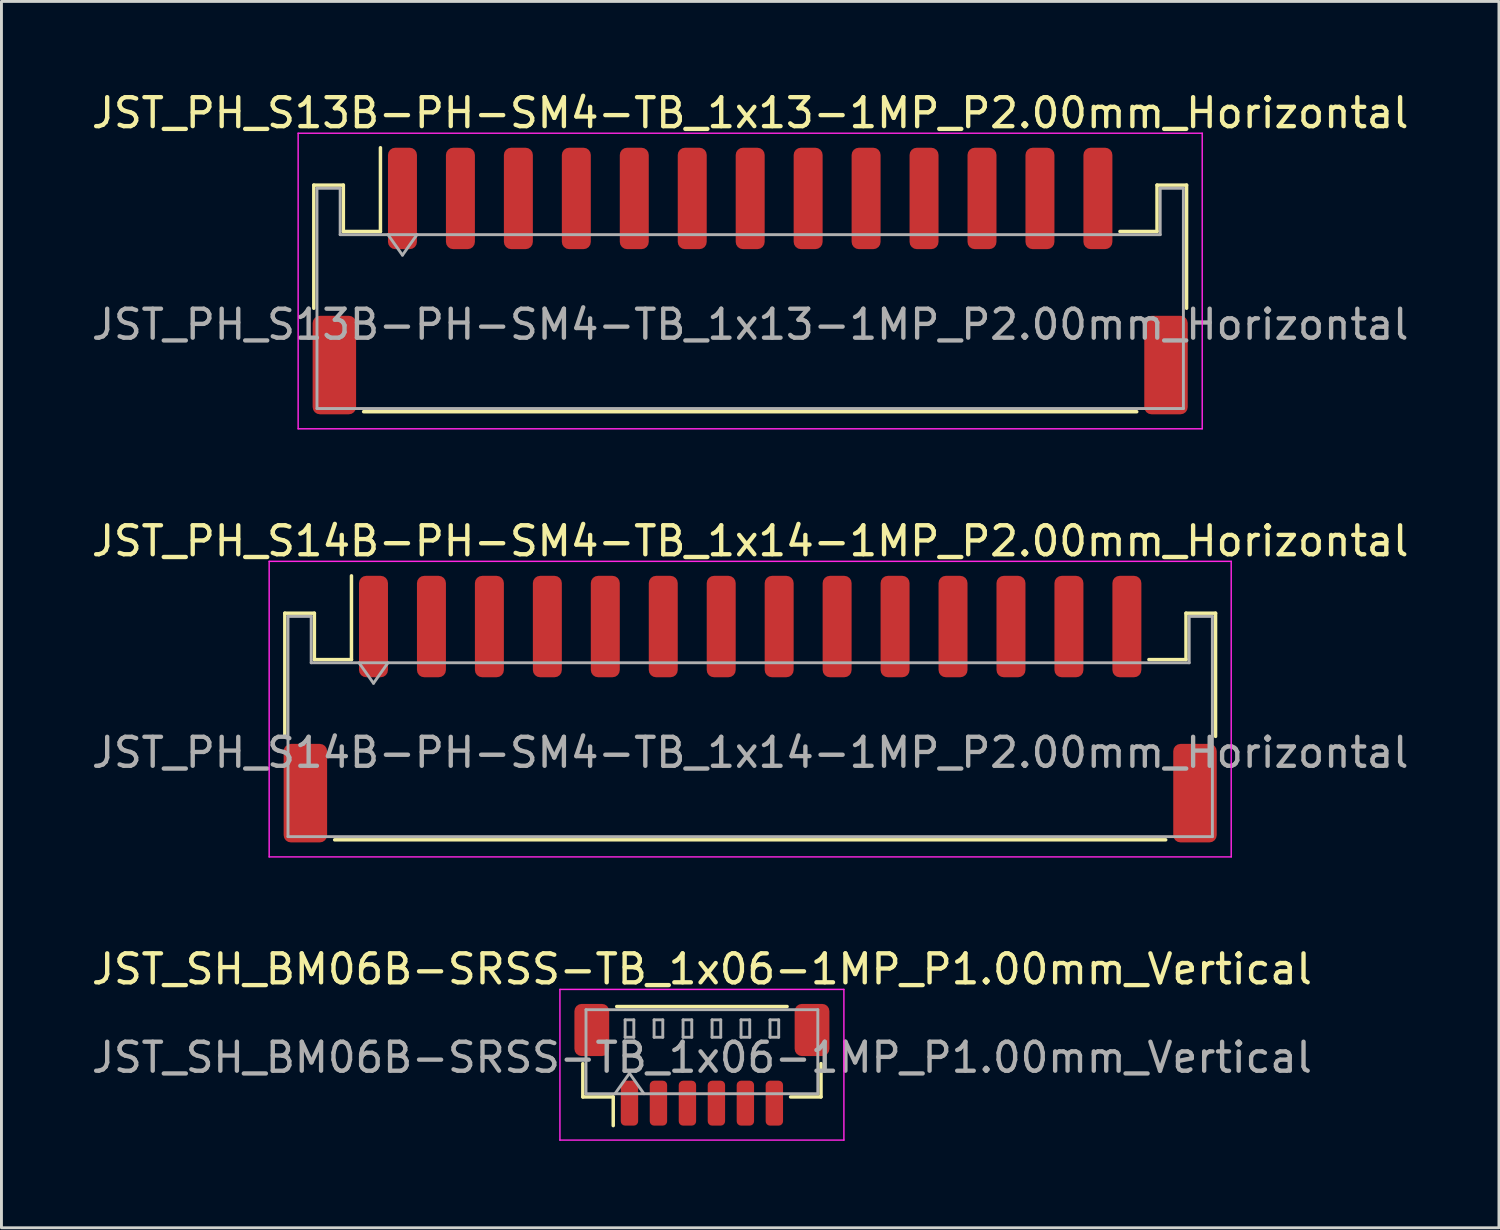
<source format=kicad_pcb>
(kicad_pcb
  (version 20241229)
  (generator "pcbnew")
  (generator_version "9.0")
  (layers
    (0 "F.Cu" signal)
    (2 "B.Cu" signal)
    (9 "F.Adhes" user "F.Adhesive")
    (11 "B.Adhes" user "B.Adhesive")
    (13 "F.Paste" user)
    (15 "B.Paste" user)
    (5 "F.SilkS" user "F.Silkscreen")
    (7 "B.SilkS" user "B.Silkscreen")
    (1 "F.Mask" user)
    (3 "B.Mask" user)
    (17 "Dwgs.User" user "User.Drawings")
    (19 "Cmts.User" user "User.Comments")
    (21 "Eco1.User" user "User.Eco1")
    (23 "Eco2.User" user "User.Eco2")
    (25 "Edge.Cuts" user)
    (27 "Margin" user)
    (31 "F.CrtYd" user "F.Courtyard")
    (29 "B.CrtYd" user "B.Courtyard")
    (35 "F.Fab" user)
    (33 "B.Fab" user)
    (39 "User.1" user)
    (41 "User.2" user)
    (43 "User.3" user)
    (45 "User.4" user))
  (footprint "JST_PH_S14B-PH-SM4-TB_1x14-1MP_P2.00mm_Horizontal"
    (layer "F.Cu")
    (at 22.839 21.422)
    (property "Reference" "JST_PH_S14B-PH-SM4-TB_1x14-1MP_P2.00mm_Horizontal" (at 0 -5.8 0) (layer "F.SilkS") (effects (font (size 1 1) (thickness 0.15))))
    (attr smd)
    (fp_line (start -16.06 -3.31) (end -15.04 -3.31) (stroke (width 0.12) (type solid)) (layer "F.SilkS"))
    (fp_line (start -16.06 0.94) (end -16.06 -3.31) (stroke (width 0.12) (type solid)) (layer "F.SilkS"))
    (fp_line (start -15.04 -3.31) (end -15.04 -1.71) (stroke (width 0.12) (type solid)) (layer "F.SilkS"))
    (fp_line (start -15.04 -1.71) (end -13.76 -1.71) (stroke (width 0.12) (type solid)) (layer "F.SilkS"))
    (fp_line (start -14.34 4.51) (end 14.34 4.51) (stroke (width 0.12) (type solid)) (layer "F.SilkS"))
    (fp_line (start -13.76 -1.71) (end -13.76 -4.6) (stroke (width 0.12) (type solid)) (layer "F.SilkS"))
    (fp_line (start 15.04 -3.31) (end 15.04 -1.71) (stroke (width 0.12) (type solid)) (layer "F.SilkS"))
    (fp_line (start 15.04 -1.71) (end 13.76 -1.71) (stroke (width 0.12) (type solid)) (layer "F.SilkS"))
    (fp_line (start 16.06 -3.31) (end 15.04 -3.31) (stroke (width 0.12) (type solid)) (layer "F.SilkS"))
    (fp_line (start 16.06 0.94) (end 16.06 -3.31) (stroke (width 0.12) (type solid)) (layer "F.SilkS"))
    (fp_line (start -16.6 -5.1) (end -16.6 5.1) (stroke (width 0.05) (type solid)) (layer "F.CrtYd"))
    (fp_line (start -16.6 5.1) (end 16.6 5.1) (stroke (width 0.05) (type solid)) (layer "F.CrtYd"))
    (fp_line (start 16.6 -5.1) (end -16.6 -5.1) (stroke (width 0.05) (type solid)) (layer "F.CrtYd"))
    (fp_line (start 16.6 5.1) (end 16.6 -5.1) (stroke (width 0.05) (type solid)) (layer "F.CrtYd"))
    (fp_line (start -15.95 -3.2) (end -15.95 4.4) (stroke (width 0.1) (type solid)) (layer "F.Fab"))
    (fp_line (start -15.95 -3.2) (end -15.15 -3.2) (stroke (width 0.1) (type solid)) (layer "F.Fab"))
    (fp_line (start -15.95 4.4) (end 15.95 4.4) (stroke (width 0.1) (type solid)) (layer "F.Fab"))
    (fp_line (start -15.15 -3.2) (end -15.15 -1.6) (stroke (width 0.1) (type solid)) (layer "F.Fab"))
    (fp_line (start -15.15 -1.6) (end 15.15 -1.6) (stroke (width 0.1) (type solid)) (layer "F.Fab"))
    (fp_line (start -13.5 -1.6) (end -13 -0.893) (stroke (width 0.1) (type solid)) (layer "F.Fab"))
    (fp_line (start -13 -0.893) (end -12.5 -1.6) (stroke (width 0.1) (type solid)) (layer "F.Fab"))
    (fp_line (start 15.15 -3.2) (end 15.95 -3.2) (stroke (width 0.1) (type solid)) (layer "F.Fab"))
    (fp_line (start 15.15 -1.6) (end 15.15 -3.2) (stroke (width 0.1) (type solid)) (layer "F.Fab"))
    (fp_line (start 15.95 -3.2) (end 15.95 4.4) (stroke (width 0.1) (type solid)) (layer "F.Fab"))
    (fp_text user "${REFERENCE}" (at 0 1.5 0) (layer "F.Fab") (effects (font (size 1 1) (thickness 0.15))))
    (pad "1" smd roundrect (at -13 -2.85) (size 1 3.5) (layers "F.Cu" "F.Mask" "F.Paste") (roundrect_rratio 0.25))
    (pad "2" smd roundrect (at -11 -2.85) (size 1 3.5) (layers "F.Cu" "F.Mask" "F.Paste") (roundrect_rratio 0.25))
    (pad "3" smd roundrect (at -9 -2.85) (size 1 3.5) (layers "F.Cu" "F.Mask" "F.Paste") (roundrect_rratio 0.25))
    (pad "4" smd roundrect (at -7 -2.85) (size 1 3.5) (layers "F.Cu" "F.Mask" "F.Paste") (roundrect_rratio 0.25))
    (pad "5" smd roundrect (at -5 -2.85) (size 1 3.5) (layers "F.Cu" "F.Mask" "F.Paste") (roundrect_rratio 0.25))
    (pad "6" smd roundrect (at -3 -2.85) (size 1 3.5) (layers "F.Cu" "F.Mask" "F.Paste") (roundrect_rratio 0.25))
    (pad "7" smd roundrect (at -1 -2.85) (size 1 3.5) (layers "F.Cu" "F.Mask" "F.Paste") (roundrect_rratio 0.25))
    (pad "8" smd roundrect (at 1 -2.85) (size 1 3.5) (layers "F.Cu" "F.Mask" "F.Paste") (roundrect_rratio 0.25))
    (pad "9" smd roundrect (at 3 -2.85) (size 1 3.5) (layers "F.Cu" "F.Mask" "F.Paste") (roundrect_rratio 0.25))
    (pad "10" smd roundrect (at 5 -2.85) (size 1 3.5) (layers "F.Cu" "F.Mask" "F.Paste") (roundrect_rratio 0.25))
    (pad "11" smd roundrect (at 7 -2.85) (size 1 3.5) (layers "F.Cu" "F.Mask" "F.Paste") (roundrect_rratio 0.25))
    (pad "12" smd roundrect (at 9 -2.85) (size 1 3.5) (layers "F.Cu" "F.Mask" "F.Paste") (roundrect_rratio 0.25))
    (pad "13" smd roundrect (at 11 -2.85) (size 1 3.5) (layers "F.Cu" "F.Mask" "F.Paste") (roundrect_rratio 0.25))
    (pad "14" smd roundrect (at 13 -2.85) (size 1 3.5) (layers "F.Cu" "F.Mask" "F.Paste") (roundrect_rratio 0.25))
    (pad "MP" smd roundrect (at -15.35 2.9) (size 1.5 3.4) (layers "F.Cu" "F.Mask" "F.Paste") (roundrect_rratio 0.167))
    (pad "MP" smd roundrect (at 15.35 2.9) (size 1.5 3.4) (layers "F.Cu" "F.Mask" "F.Paste") (roundrect_rratio 0.167)))
  (footprint "JST_PH_S13B-PH-SM4-TB_1x13-1MP_P2.00mm_Horizontal"
    (layer "F.Cu")
    (at 22.839 6.648)
    (property "Reference" "JST_PH_S13B-PH-SM4-TB_1x13-1MP_P2.00mm_Horizontal" (at 0 -5.8 0) (layer "F.SilkS") (effects (font (size 1 1) (thickness 0.15))))
    (attr smd)
    (fp_line (start -15.06 -3.31) (end -14.04 -3.31) (stroke (width 0.12) (type solid)) (layer "F.SilkS"))
    (fp_line (start -15.06 0.94) (end -15.06 -3.31) (stroke (width 0.12) (type solid)) (layer "F.SilkS"))
    (fp_line (start -14.04 -3.31) (end -14.04 -1.71) (stroke (width 0.12) (type solid)) (layer "F.SilkS"))
    (fp_line (start -14.04 -1.71) (end -12.76 -1.71) (stroke (width 0.12) (type solid)) (layer "F.SilkS"))
    (fp_line (start -13.34 4.51) (end 13.34 4.51) (stroke (width 0.12) (type solid)) (layer "F.SilkS"))
    (fp_line (start -12.76 -1.71) (end -12.76 -4.6) (stroke (width 0.12) (type solid)) (layer "F.SilkS"))
    (fp_line (start 14.04 -3.31) (end 14.04 -1.71) (stroke (width 0.12) (type solid)) (layer "F.SilkS"))
    (fp_line (start 14.04 -1.71) (end 12.76 -1.71) (stroke (width 0.12) (type solid)) (layer "F.SilkS"))
    (fp_line (start 15.06 -3.31) (end 14.04 -3.31) (stroke (width 0.12) (type solid)) (layer "F.SilkS"))
    (fp_line (start 15.06 0.94) (end 15.06 -3.31) (stroke (width 0.12) (type solid)) (layer "F.SilkS"))
    (fp_line (start -15.6 -5.1) (end -15.6 5.1) (stroke (width 0.05) (type solid)) (layer "F.CrtYd"))
    (fp_line (start -15.6 5.1) (end 15.6 5.1) (stroke (width 0.05) (type solid)) (layer "F.CrtYd"))
    (fp_line (start 15.6 -5.1) (end -15.6 -5.1) (stroke (width 0.05) (type solid)) (layer "F.CrtYd"))
    (fp_line (start 15.6 5.1) (end 15.6 -5.1) (stroke (width 0.05) (type solid)) (layer "F.CrtYd"))
    (fp_line (start -14.95 -3.2) (end -14.95 4.4) (stroke (width 0.1) (type solid)) (layer "F.Fab"))
    (fp_line (start -14.95 -3.2) (end -14.15 -3.2) (stroke (width 0.1) (type solid)) (layer "F.Fab"))
    (fp_line (start -14.95 4.4) (end 14.95 4.4) (stroke (width 0.1) (type solid)) (layer "F.Fab"))
    (fp_line (start -14.15 -3.2) (end -14.15 -1.6) (stroke (width 0.1) (type solid)) (layer "F.Fab"))
    (fp_line (start -14.15 -1.6) (end 14.15 -1.6) (stroke (width 0.1) (type solid)) (layer "F.Fab"))
    (fp_line (start -12.5 -1.6) (end -12 -0.893) (stroke (width 0.1) (type solid)) (layer "F.Fab"))
    (fp_line (start -12 -0.893) (end -11.5 -1.6) (stroke (width 0.1) (type solid)) (layer "F.Fab"))
    (fp_line (start 14.15 -3.2) (end 14.95 -3.2) (stroke (width 0.1) (type solid)) (layer "F.Fab"))
    (fp_line (start 14.15 -1.6) (end 14.15 -3.2) (stroke (width 0.1) (type solid)) (layer "F.Fab"))
    (fp_line (start 14.95 -3.2) (end 14.95 4.4) (stroke (width 0.1) (type solid)) (layer "F.Fab"))
    (fp_text user "${REFERENCE}" (at 0 1.5 0) (layer "F.Fab") (effects (font (size 1 1) (thickness 0.15))))
    (pad "1" smd roundrect (at -12 -2.85) (size 1 3.5) (layers "F.Cu" "F.Mask" "F.Paste") (roundrect_rratio 0.25))
    (pad "2" smd roundrect (at -10 -2.85) (size 1 3.5) (layers "F.Cu" "F.Mask" "F.Paste") (roundrect_rratio 0.25))
    (pad "3" smd roundrect (at -8 -2.85) (size 1 3.5) (layers "F.Cu" "F.Mask" "F.Paste") (roundrect_rratio 0.25))
    (pad "4" smd roundrect (at -6 -2.85) (size 1 3.5) (layers "F.Cu" "F.Mask" "F.Paste") (roundrect_rratio 0.25))
    (pad "5" smd roundrect (at -4 -2.85) (size 1 3.5) (layers "F.Cu" "F.Mask" "F.Paste") (roundrect_rratio 0.25))
    (pad "6" smd roundrect (at -2 -2.85) (size 1 3.5) (layers "F.Cu" "F.Mask" "F.Paste") (roundrect_rratio 0.25))
    (pad "7" smd roundrect (at 0 -2.85) (size 1 3.5) (layers "F.Cu" "F.Mask" "F.Paste") (roundrect_rratio 0.25))
    (pad "8" smd roundrect (at 2 -2.85) (size 1 3.5) (layers "F.Cu" "F.Mask" "F.Paste") (roundrect_rratio 0.25))
    (pad "9" smd roundrect (at 4 -2.85) (size 1 3.5) (layers "F.Cu" "F.Mask" "F.Paste") (roundrect_rratio 0.25))
    (pad "10" smd roundrect (at 6 -2.85) (size 1 3.5) (layers "F.Cu" "F.Mask" "F.Paste") (roundrect_rratio 0.25))
    (pad "11" smd roundrect (at 8 -2.85) (size 1 3.5) (layers "F.Cu" "F.Mask" "F.Paste") (roundrect_rratio 0.25))
    (pad "12" smd roundrect (at 10 -2.85) (size 1 3.5) (layers "F.Cu" "F.Mask" "F.Paste") (roundrect_rratio 0.25))
    (pad "13" smd roundrect (at 12 -2.85) (size 1 3.5) (layers "F.Cu" "F.Mask" "F.Paste") (roundrect_rratio 0.25))
    (pad "MP" smd roundrect (at -14.35 2.9) (size 1.5 3.4) (layers "F.Cu" "F.Mask" "F.Paste") (roundrect_rratio 0.167))
    (pad "MP" smd roundrect (at 14.35 2.9) (size 1.5 3.4) (layers "F.Cu" "F.Mask" "F.Paste") (roundrect_rratio 0.167)))
  (footprint "JST_SH_BM06B-SRSS-TB_1x06-1MP_P1.00mm_Vertical"
    (layer "F.Cu")
    (at 21.173 33.695)
    (property "Reference" "JST_SH_BM06B-SRSS-TB_1x06-1MP_P1.00mm_Vertical" (at 0 -3.3 0) (layer "F.SilkS") (effects (font (size 1 1) (thickness 0.15))))
    (attr smd)
    (fp_line (start -4.11 -0.04) (end -4.11 1.11) (stroke (width 0.12) (type solid)) (layer "F.SilkS"))
    (fp_line (start -4.11 1.11) (end -3.06 1.11) (stroke (width 0.12) (type solid)) (layer "F.SilkS"))
    (fp_line (start -3.06 1.11) (end -3.06 2.1) (stroke (width 0.12) (type solid)) (layer "F.SilkS"))
    (fp_line (start -2.94 -2.01) (end 2.94 -2.01) (stroke (width 0.12) (type solid)) (layer "F.SilkS"))
    (fp_line (start 4.11 -0.04) (end 4.11 1.11) (stroke (width 0.12) (type solid)) (layer "F.SilkS"))
    (fp_line (start 4.11 1.11) (end 3.06 1.11) (stroke (width 0.12) (type solid)) (layer "F.SilkS"))
    (fp_line (start -4.9 -2.6) (end -4.9 2.6) (stroke (width 0.05) (type solid)) (layer "F.CrtYd"))
    (fp_line (start -4.9 2.6) (end 4.9 2.6) (stroke (width 0.05) (type solid)) (layer "F.CrtYd"))
    (fp_line (start 4.9 -2.6) (end -4.9 -2.6) (stroke (width 0.05) (type solid)) (layer "F.CrtYd"))
    (fp_line (start 4.9 2.6) (end 4.9 -2.6) (stroke (width 0.05) (type solid)) (layer "F.CrtYd"))
    (fp_line (start -4 -1.9) (end 4 -1.9) (stroke (width 0.1) (type solid)) (layer "F.Fab"))
    (fp_line (start -4 1) (end -4 -1.9) (stroke (width 0.1) (type solid)) (layer "F.Fab"))
    (fp_line (start -4 1) (end 4 1) (stroke (width 0.1) (type solid)) (layer "F.Fab"))
    (fp_line (start -3 1) (end -2.5 0.293) (stroke (width 0.1) (type solid)) (layer "F.Fab"))
    (fp_line (start -2.65 -1.55) (end -2.65 -0.95) (stroke (width 0.1) (type solid)) (layer "F.Fab"))
    (fp_line (start -2.65 -0.95) (end -2.35 -0.95) (stroke (width 0.1) (type solid)) (layer "F.Fab"))
    (fp_line (start -2.5 0.293) (end -2 1) (stroke (width 0.1) (type solid)) (layer "F.Fab"))
    (fp_line (start -2.35 -1.55) (end -2.65 -1.55) (stroke (width 0.1) (type solid)) (layer "F.Fab"))
    (fp_line (start -2.35 -0.95) (end -2.35 -1.55) (stroke (width 0.1) (type solid)) (layer "F.Fab"))
    (fp_line (start -1.65 -1.55) (end -1.65 -0.95) (stroke (width 0.1) (type solid)) (layer "F.Fab"))
    (fp_line (start -1.65 -0.95) (end -1.35 -0.95) (stroke (width 0.1) (type solid)) (layer "F.Fab"))
    (fp_line (start -1.35 -1.55) (end -1.65 -1.55) (stroke (width 0.1) (type solid)) (layer "F.Fab"))
    (fp_line (start -1.35 -0.95) (end -1.35 -1.55) (stroke (width 0.1) (type solid)) (layer "F.Fab"))
    (fp_line (start -0.65 -1.55) (end -0.65 -0.95) (stroke (width 0.1) (type solid)) (layer "F.Fab"))
    (fp_line (start -0.65 -0.95) (end -0.35 -0.95) (stroke (width 0.1) (type solid)) (layer "F.Fab"))
    (fp_line (start -0.35 -1.55) (end -0.65 -1.55) (stroke (width 0.1) (type solid)) (layer "F.Fab"))
    (fp_line (start -0.35 -0.95) (end -0.35 -1.55) (stroke (width 0.1) (type solid)) (layer "F.Fab"))
    (fp_line (start 0.35 -1.55) (end 0.35 -0.95) (stroke (width 0.1) (type solid)) (layer "F.Fab"))
    (fp_line (start 0.35 -0.95) (end 0.65 -0.95) (stroke (width 0.1) (type solid)) (layer "F.Fab"))
    (fp_line (start 0.65 -1.55) (end 0.35 -1.55) (stroke (width 0.1) (type solid)) (layer "F.Fab"))
    (fp_line (start 0.65 -0.95) (end 0.65 -1.55) (stroke (width 0.1) (type solid)) (layer "F.Fab"))
    (fp_line (start 1.35 -1.55) (end 1.35 -0.95) (stroke (width 0.1) (type solid)) (layer "F.Fab"))
    (fp_line (start 1.35 -0.95) (end 1.65 -0.95) (stroke (width 0.1) (type solid)) (layer "F.Fab"))
    (fp_line (start 1.65 -1.55) (end 1.35 -1.55) (stroke (width 0.1) (type solid)) (layer "F.Fab"))
    (fp_line (start 1.65 -0.95) (end 1.65 -1.55) (stroke (width 0.1) (type solid)) (layer "F.Fab"))
    (fp_line (start 2.35 -1.55) (end 2.35 -0.95) (stroke (width 0.1) (type solid)) (layer "F.Fab"))
    (fp_line (start 2.35 -0.95) (end 2.65 -0.95) (stroke (width 0.1) (type solid)) (layer "F.Fab"))
    (fp_line (start 2.65 -1.55) (end 2.35 -1.55) (stroke (width 0.1) (type solid)) (layer "F.Fab"))
    (fp_line (start 2.65 -0.95) (end 2.65 -1.55) (stroke (width 0.1) (type solid)) (layer "F.Fab"))
    (fp_line (start 4 1) (end 4 -1.9) (stroke (width 0.1) (type solid)) (layer "F.Fab"))
    (fp_text user "${REFERENCE}" (at 0 -0.25 0) (layer "F.Fab") (effects (font (size 1 1) (thickness 0.15))))
    (pad "1" smd roundrect (at -2.5 1.325) (size 0.6 1.55) (layers "F.Cu" "F.Mask" "F.Paste") (roundrect_rratio 0.25))
    (pad "2" smd roundrect (at -1.5 1.325) (size 0.6 1.55) (layers "F.Cu" "F.Mask" "F.Paste") (roundrect_rratio 0.25))
    (pad "3" smd roundrect (at -0.5 1.325) (size 0.6 1.55) (layers "F.Cu" "F.Mask" "F.Paste") (roundrect_rratio 0.25))
    (pad "4" smd roundrect (at 0.5 1.325) (size 0.6 1.55) (layers "F.Cu" "F.Mask" "F.Paste") (roundrect_rratio 0.25))
    (pad "5" smd roundrect (at 1.5 1.325) (size 0.6 1.55) (layers "F.Cu" "F.Mask" "F.Paste") (roundrect_rratio 0.25))
    (pad "6" smd roundrect (at 2.5 1.325) (size 0.6 1.55) (layers "F.Cu" "F.Mask" "F.Paste") (roundrect_rratio 0.25))
    (pad "MP" smd roundrect (at -3.8 -1.2) (size 1.2 1.8) (layers "F.Cu" "F.Mask" "F.Paste") (roundrect_rratio 0.208))
    (pad "MP" smd roundrect (at 3.8 -1.2) (size 1.2 1.8) (layers "F.Cu" "F.Mask" "F.Paste") (roundrect_rratio 0.208)))
  (gr_rect
    (start -3 -3)
    (end 48.679 39.32)
    (stroke (width 0.1) (type default))
    (fill no)
    (layer "Edge.Cuts")))
</source>
